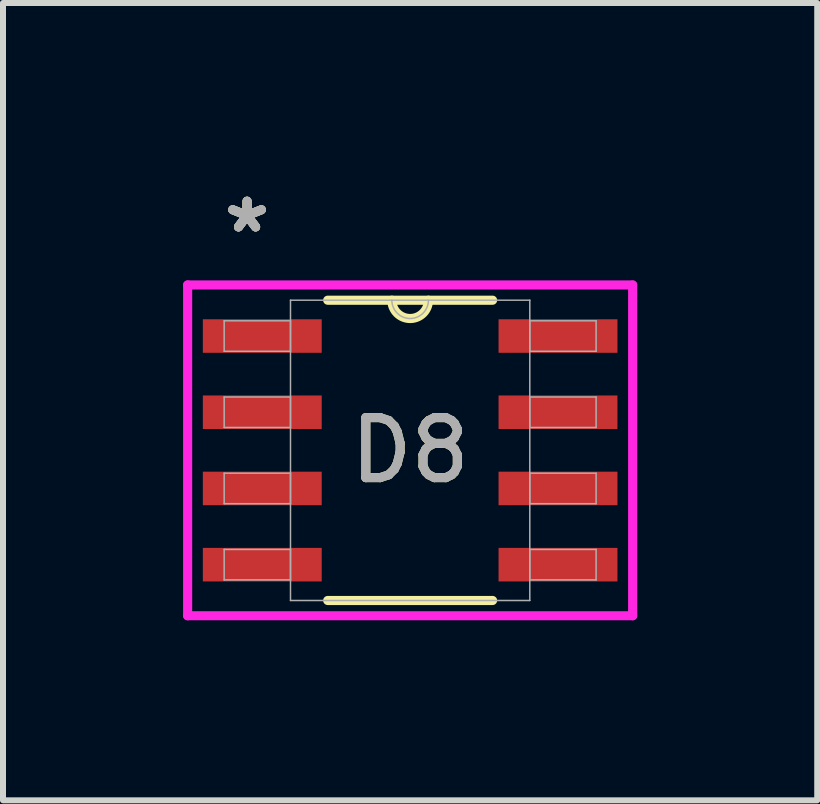
<source format=kicad_pcb>
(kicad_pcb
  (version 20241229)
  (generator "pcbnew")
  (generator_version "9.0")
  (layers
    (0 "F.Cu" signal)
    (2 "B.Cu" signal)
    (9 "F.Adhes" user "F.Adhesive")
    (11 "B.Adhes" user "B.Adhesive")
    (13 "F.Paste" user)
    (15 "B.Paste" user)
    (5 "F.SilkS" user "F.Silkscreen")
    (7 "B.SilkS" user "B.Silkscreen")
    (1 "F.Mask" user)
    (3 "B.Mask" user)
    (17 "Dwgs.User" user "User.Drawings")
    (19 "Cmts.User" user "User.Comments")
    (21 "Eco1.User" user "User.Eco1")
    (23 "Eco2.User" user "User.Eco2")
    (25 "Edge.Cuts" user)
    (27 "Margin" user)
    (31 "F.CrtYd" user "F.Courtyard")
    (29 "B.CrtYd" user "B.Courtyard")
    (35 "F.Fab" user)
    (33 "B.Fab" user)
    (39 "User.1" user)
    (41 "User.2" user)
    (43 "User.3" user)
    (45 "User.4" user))
  (footprint "D8"
    (layer "F.Cu")
    (at 3.785 4.455)
    (property "Reference" "D8" (at 0 0 0) (unlocked yes) (layer "F.SilkS") (effects (font (size 1 1) (thickness 0.15))))
    (attr smd)
    (fp_line (start -1.374 2.502) (end 1.374 2.502) (stroke (width 0.152) (type solid)) (layer "F.SilkS"))
    (fp_line (start 1.374 -2.502) (end -1.374 -2.502) (stroke (width 0.152) (type solid)) (layer "F.SilkS"))
    (fp_arc (start 0.3048 -2.5019) (mid 0 -2.1971) (end -0.3048 -2.5019) (stroke (width 0.1524) (type solid)) (layer "F.SilkS"))
    (fp_line (start -3.708 -2.756) (end 3.708 -2.756) (stroke (width 0.152) (type solid)) (layer "F.CrtYd"))
    (fp_line (start -3.708 2.756) (end -3.708 -2.756) (stroke (width 0.152) (type solid)) (layer "F.CrtYd"))
    (fp_line (start 3.708 -2.756) (end 3.708 2.756) (stroke (width 0.152) (type solid)) (layer "F.CrtYd"))
    (fp_line (start 3.708 2.756) (end -3.708 2.756) (stroke (width 0.152) (type solid)) (layer "F.CrtYd"))
    (fp_line (start -3.099 -2.159) (end -3.099 -1.651) (stroke (width 0.025) (type solid)) (layer "F.Fab"))
    (fp_line (start -3.099 -1.651) (end -1.994 -1.651) (stroke (width 0.025) (type solid)) (layer "F.Fab"))
    (fp_line (start -3.099 -0.889) (end -3.099 -0.381) (stroke (width 0.025) (type solid)) (layer "F.Fab"))
    (fp_line (start -3.099 -0.381) (end -1.994 -0.381) (stroke (width 0.025) (type solid)) (layer "F.Fab"))
    (fp_line (start -3.099 0.381) (end -3.099 0.889) (stroke (width 0.025) (type solid)) (layer "F.Fab"))
    (fp_line (start -3.099 0.889) (end -1.994 0.889) (stroke (width 0.025) (type solid)) (layer "F.Fab"))
    (fp_line (start -3.099 1.651) (end -3.099 2.159) (stroke (width 0.025) (type solid)) (layer "F.Fab"))
    (fp_line (start -3.099 2.159) (end -1.994 2.159) (stroke (width 0.025) (type solid)) (layer "F.Fab"))
    (fp_line (start -1.994 -2.502) (end -1.994 2.502) (stroke (width 0.025) (type solid)) (layer "F.Fab"))
    (fp_line (start -1.994 -2.159) (end -3.099 -2.159) (stroke (width 0.025) (type solid)) (layer "F.Fab"))
    (fp_line (start -1.994 -1.651) (end -1.994 -2.159) (stroke (width 0.025) (type solid)) (layer "F.Fab"))
    (fp_line (start -1.994 -0.889) (end -3.099 -0.889) (stroke (width 0.025) (type solid)) (layer "F.Fab"))
    (fp_line (start -1.994 -0.381) (end -1.994 -0.889) (stroke (width 0.025) (type solid)) (layer "F.Fab"))
    (fp_line (start -1.994 0.381) (end -3.099 0.381) (stroke (width 0.025) (type solid)) (layer "F.Fab"))
    (fp_line (start -1.994 0.889) (end -1.994 0.381) (stroke (width 0.025) (type solid)) (layer "F.Fab"))
    (fp_line (start -1.994 1.651) (end -3.099 1.651) (stroke (width 0.025) (type solid)) (layer "F.Fab"))
    (fp_line (start -1.994 2.159) (end -1.994 1.651) (stroke (width 0.025) (type solid)) (layer "F.Fab"))
    (fp_line (start -1.994 2.502) (end 1.994 2.502) (stroke (width 0.025) (type solid)) (layer "F.Fab"))
    (fp_line (start 1.994 -2.502) (end -1.994 -2.502) (stroke (width 0.025) (type solid)) (layer "F.Fab"))
    (fp_line (start 1.994 -2.159) (end 1.994 -1.651) (stroke (width 0.025) (type solid)) (layer "F.Fab"))
    (fp_line (start 1.994 -1.651) (end 3.099 -1.651) (stroke (width 0.025) (type solid)) (layer "F.Fab"))
    (fp_line (start 1.994 -0.889) (end 1.994 -0.381) (stroke (width 0.025) (type solid)) (layer "F.Fab"))
    (fp_line (start 1.994 -0.381) (end 3.099 -0.381) (stroke (width 0.025) (type solid)) (layer "F.Fab"))
    (fp_line (start 1.994 0.381) (end 1.994 0.889) (stroke (width 0.025) (type solid)) (layer "F.Fab"))
    (fp_line (start 1.994 0.889) (end 3.099 0.889) (stroke (width 0.025) (type solid)) (layer "F.Fab"))
    (fp_line (start 1.994 1.651) (end 1.994 2.159) (stroke (width 0.025) (type solid)) (layer "F.Fab"))
    (fp_line (start 1.994 2.159) (end 3.099 2.159) (stroke (width 0.025) (type solid)) (layer "F.Fab"))
    (fp_line (start 1.994 2.502) (end 1.994 -2.502) (stroke (width 0.025) (type solid)) (layer "F.Fab"))
    (fp_line (start 3.099 -2.159) (end 1.994 -2.159) (stroke (width 0.025) (type solid)) (layer "F.Fab"))
    (fp_line (start 3.099 -1.651) (end 3.099 -2.159) (stroke (width 0.025) (type solid)) (layer "F.Fab"))
    (fp_line (start 3.099 -0.889) (end 1.994 -0.889) (stroke (width 0.025) (type solid)) (layer "F.Fab"))
    (fp_line (start 3.099 -0.381) (end 3.099 -0.889) (stroke (width 0.025) (type solid)) (layer "F.Fab"))
    (fp_line (start 3.099 0.381) (end 1.994 0.381) (stroke (width 0.025) (type solid)) (layer "F.Fab"))
    (fp_line (start 3.099 0.889) (end 3.099 0.381) (stroke (width 0.025) (type solid)) (layer "F.Fab"))
    (fp_line (start 3.099 1.651) (end 1.994 1.651) (stroke (width 0.025) (type solid)) (layer "F.Fab"))
    (fp_line (start 3.099 2.159) (end 3.099 1.651) (stroke (width 0.025) (type solid)) (layer "F.Fab"))
    (fp_arc (start 0.3048 -2.5019) (mid 0 -2.1971) (end -0.3048 -2.5019) (stroke (width 0.0254) (type solid)) (layer "F.Fab"))
    (fp_text user "*" (at -2.718 -3.607 0) (unlocked yes) (layer "F.SilkS") (effects (font (size 1 1) (thickness 0.15))))
    (fp_text user "*" (at -2.718 -3.607 0) (layer "F.SilkS") (effects (font (size 1 1) (thickness 0.15))))
    (fp_text user "*" (at -2.718 -3.607 0) (layer "F.Fab") (effects (font (size 1 1) (thickness 0.15))))
    (fp_text user "*" (at -2.718 -3.607 0) (unlocked yes) (layer "F.Fab") (effects (font (size 1 1) (thickness 0.15))))
    (fp_text user "${REFERENCE}" (at 0 0 0) (unlocked yes) (layer "F.Fab") (effects (font (size 1 1) (thickness 0.15))))
    (pad "1" smd rect (at -2.464 -1.905) (size 1.981 0.559) (layers "F.Cu" "F.Mask" "F.Paste"))
    (pad "2" smd rect (at -2.464 -0.635) (size 1.981 0.559) (layers "F.Cu" "F.Mask" "F.Paste"))
    (pad "3" smd rect (at -2.464 0.635) (size 1.981 0.559) (layers "F.Cu" "F.Mask" "F.Paste"))
    (pad "4" smd rect (at -2.464 1.905) (size 1.981 0.559) (layers "F.Cu" "F.Mask" "F.Paste"))
    (pad "5" smd rect (at 2.464 1.905) (size 1.981 0.559) (layers "F.Cu" "F.Mask" "F.Paste"))
    (pad "6" smd rect (at 2.464 0.635) (size 1.981 0.559) (layers "F.Cu" "F.Mask" "F.Paste"))
    (pad "7" smd rect (at 2.464 -0.635) (size 1.981 0.559) (layers "F.Cu" "F.Mask" "F.Paste"))
    (pad "8" smd rect (at 2.464 -1.905) (size 1.981 0.559) (layers "F.Cu" "F.Mask" "F.Paste")))
  (gr_rect
    (start -3 -3)
    (end 10.569 10.287)
    (stroke (width 0.1) (type default))
    (fill no)
    (layer "Edge.Cuts")))
</source>
